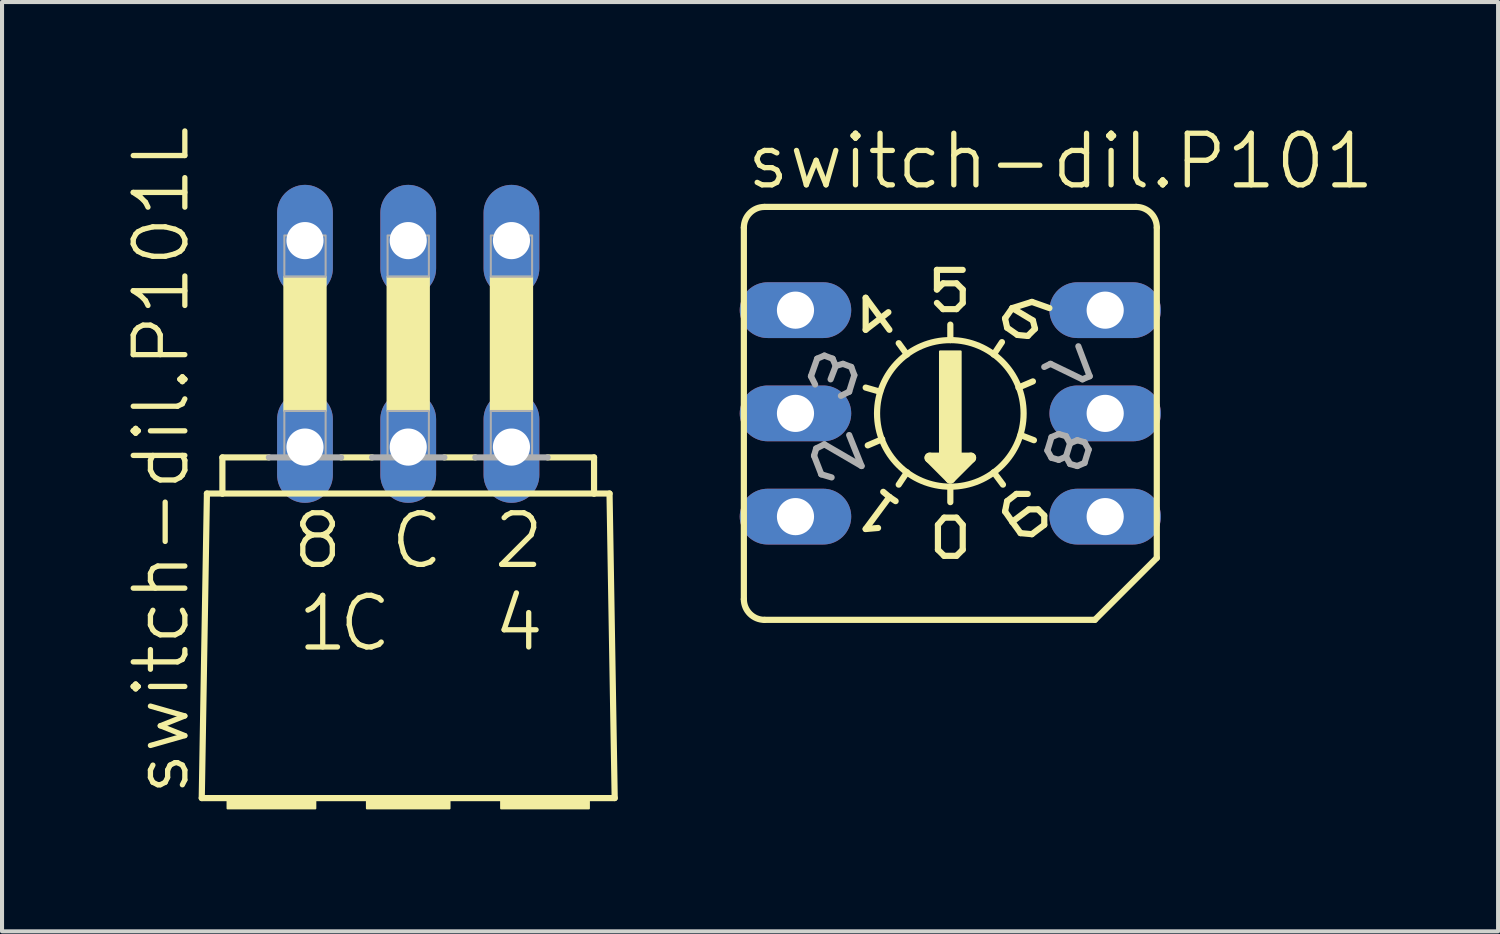
<source format=kicad_pcb>
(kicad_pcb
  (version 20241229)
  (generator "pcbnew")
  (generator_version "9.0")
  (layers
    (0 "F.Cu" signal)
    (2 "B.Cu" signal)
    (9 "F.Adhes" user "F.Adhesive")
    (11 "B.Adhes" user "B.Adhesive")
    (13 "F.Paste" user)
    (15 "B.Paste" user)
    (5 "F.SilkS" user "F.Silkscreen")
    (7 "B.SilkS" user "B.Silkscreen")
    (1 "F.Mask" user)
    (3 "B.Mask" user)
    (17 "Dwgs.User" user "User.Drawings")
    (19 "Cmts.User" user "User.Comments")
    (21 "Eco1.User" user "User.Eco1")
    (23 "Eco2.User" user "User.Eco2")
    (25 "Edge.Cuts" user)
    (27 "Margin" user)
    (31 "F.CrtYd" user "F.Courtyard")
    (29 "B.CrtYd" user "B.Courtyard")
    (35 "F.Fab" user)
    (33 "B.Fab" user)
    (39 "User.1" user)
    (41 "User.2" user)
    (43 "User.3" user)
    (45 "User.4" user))
  (footprint "switch-dil.P101"
    (layer "F.Cu")
    (at 20.332 7.121)
    (property "Reference" "switch-dil.P101" (at -5.08 -5.461 0) (layer "F.SilkS") (effects (font (size 1.27 1.27) (thickness 0.13)) (justify left bottom)))
    (attr through_hole)
    (fp_line (start -5.08 4.572) (end -5.08 -4.572) (stroke (width 0.152) (type default)) (layer "F.SilkS"))
    (fp_line (start -4.572 -5.08) (end 4.572 -5.08) (stroke (width 0.152) (type default)) (layer "F.SilkS"))
    (fp_line (start -4.572 5.08) (end 3.556 5.08) (stroke (width 0.152) (type default)) (layer "F.SilkS"))
    (fp_line (start -2.083 -2.845) (end -2.083 -2.057) (stroke (width 0.152) (type default)) (layer "F.SilkS"))
    (fp_line (start -2.083 -2.845) (end -1.499 -2.057) (stroke (width 0.152) (type default)) (layer "F.SilkS"))
    (fp_line (start -2.083 -2.057) (end -1.524 -2.489) (stroke (width 0.152) (type default)) (layer "F.SilkS"))
    (fp_line (start -2.083 2.845) (end -1.778 2.819) (stroke (width 0.152) (type default)) (layer "F.SilkS"))
    (fp_line (start -1.727 -0.533) (end -2.083 -0.635) (stroke (width 0.152) (type default)) (layer "F.SilkS"))
    (fp_line (start -1.676 0.635) (end -2.032 0.787) (stroke (width 0.152) (type default)) (layer "F.SilkS"))
    (fp_line (start -1.651 1.93) (end -1.499 2.057) (stroke (width 0.152) (type default)) (layer "F.SilkS"))
    (fp_line (start -1.499 2.057) (end -2.083 2.845) (stroke (width 0.152) (type default)) (layer "F.SilkS"))
    (fp_line (start -1.499 2.057) (end -1.346 2.159) (stroke (width 0.152) (type default)) (layer "F.SilkS"))
    (fp_line (start -1.067 -1.448) (end -1.27 -1.727) (stroke (width 0.152) (type default)) (layer "F.SilkS"))
    (fp_line (start -1.067 1.448) (end -1.27 1.753) (stroke (width 0.152) (type default)) (layer "F.SilkS"))
    (fp_line (start -0.508 1.092) (end 0 1.6) (stroke (width 0.254) (type default)) (layer "F.SilkS"))
    (fp_line (start -0.33 -3.048) (end -0.33 -3.531) (stroke (width 0.152) (type default)) (layer "F.SilkS"))
    (fp_line (start -0.33 -2.718) (end -0.178 -2.565) (stroke (width 0.152) (type default)) (layer "F.SilkS"))
    (fp_line (start -0.305 2.743) (end -0.305 3.353) (stroke (width 0.152) (type default)) (layer "F.SilkS"))
    (fp_line (start -0.305 3.353) (end -0.152 3.505) (stroke (width 0.152) (type default)) (layer "F.SilkS"))
    (fp_line (start -0.254 1.219) (end 0.254 1.219) (stroke (width 0.254) (type default)) (layer "F.SilkS"))
    (fp_line (start -0.178 -3.2) (end -0.33 -3.048) (stroke (width 0.152) (type default)) (layer "F.SilkS"))
    (fp_line (start -0.178 -2.565) (end 0.152 -2.565) (stroke (width 0.152) (type default)) (layer "F.SilkS"))
    (fp_line (start -0.152 2.565) (end -0.305 2.743) (stroke (width 0.152) (type default)) (layer "F.SilkS"))
    (fp_line (start -0.152 3.505) (end 0.152 3.505) (stroke (width 0.152) (type default)) (layer "F.SilkS"))
    (fp_line (start 0 -1.803) (end 0 -2.184) (stroke (width 0.152) (type default)) (layer "F.SilkS"))
    (fp_line (start 0 1.473) (end 0 1.346) (stroke (width 0.254) (type default)) (layer "F.SilkS"))
    (fp_line (start 0 1.6) (end 0.508 1.092) (stroke (width 0.254) (type default)) (layer "F.SilkS"))
    (fp_line (start 0 1.829) (end 0 2.184) (stroke (width 0.152) (type default)) (layer "F.SilkS"))
    (fp_line (start 0.152 -3.2) (end -0.178 -3.2) (stroke (width 0.152) (type default)) (layer "F.SilkS"))
    (fp_line (start 0.152 -2.565) (end 0.305 -2.718) (stroke (width 0.152) (type default)) (layer "F.SilkS"))
    (fp_line (start 0.152 2.565) (end -0.152 2.565) (stroke (width 0.152) (type default)) (layer "F.SilkS"))
    (fp_line (start 0.152 3.505) (end 0.305 3.353) (stroke (width 0.152) (type default)) (layer "F.SilkS"))
    (fp_line (start 0.305 -3.531) (end -0.33 -3.531) (stroke (width 0.152) (type default)) (layer "F.SilkS"))
    (fp_line (start 0.305 -3.048) (end 0.152 -3.2) (stroke (width 0.152) (type default)) (layer "F.SilkS"))
    (fp_line (start 0.305 -3.048) (end 0.305 -2.718) (stroke (width 0.152) (type default)) (layer "F.SilkS"))
    (fp_line (start 0.305 2.743) (end 0.152 2.565) (stroke (width 0.152) (type default)) (layer "F.SilkS"))
    (fp_line (start 0.305 3.353) (end 0.305 2.743) (stroke (width 0.152) (type default)) (layer "F.SilkS"))
    (fp_line (start 0.508 1.092) (end -0.508 1.092) (stroke (width 0.254) (type default)) (layer "F.SilkS"))
    (fp_line (start 1.067 -1.448) (end 1.27 -1.753) (stroke (width 0.152) (type default)) (layer "F.SilkS"))
    (fp_line (start 1.067 1.448) (end 1.295 1.753) (stroke (width 0.152) (type default)) (layer "F.SilkS"))
    (fp_line (start 1.346 -2.337) (end 1.524 -2.591) (stroke (width 0.152) (type default)) (layer "F.SilkS"))
    (fp_line (start 1.346 2.413) (end 1.524 2.667) (stroke (width 0.152) (type default)) (layer "F.SilkS"))
    (fp_line (start 1.397 -2.108) (end 1.346 -2.337) (stroke (width 0.152) (type default)) (layer "F.SilkS"))
    (fp_line (start 1.397 -2.108) (end 1.651 -1.93) (stroke (width 0.152) (type default)) (layer "F.SilkS"))
    (fp_line (start 1.397 2.159) (end 1.346 2.413) (stroke (width 0.152) (type default)) (layer "F.SilkS"))
    (fp_line (start 1.397 2.159) (end 1.626 1.981) (stroke (width 0.152) (type default)) (layer "F.SilkS"))
    (fp_line (start 1.524 -2.591) (end 2.007 -2.743) (stroke (width 0.152) (type default)) (layer "F.SilkS"))
    (fp_line (start 1.524 2.667) (end 1.727 2.946) (stroke (width 0.152) (type default)) (layer "F.SilkS"))
    (fp_line (start 1.626 1.981) (end 1.905 1.981) (stroke (width 0.152) (type default)) (layer "F.SilkS"))
    (fp_line (start 1.651 -1.93) (end 1.905 -1.905) (stroke (width 0.152) (type default)) (layer "F.SilkS"))
    (fp_line (start 1.676 -0.635) (end 2.032 -0.787) (stroke (width 0.152) (type default)) (layer "F.SilkS"))
    (fp_line (start 1.727 0.533) (end 2.057 0.66) (stroke (width 0.152) (type default)) (layer "F.SilkS"))
    (fp_line (start 1.727 2.946) (end 2.007 2.972) (stroke (width 0.152) (type default)) (layer "F.SilkS"))
    (fp_line (start 1.905 -1.905) (end 2.083 -2.083) (stroke (width 0.152) (type default)) (layer "F.SilkS"))
    (fp_line (start 1.93 2.362) (end 1.524 2.667) (stroke (width 0.152) (type default)) (layer "F.SilkS"))
    (fp_line (start 2.007 -2.743) (end 2.438 -2.591) (stroke (width 0.152) (type default)) (layer "F.SilkS"))
    (fp_line (start 2.007 2.972) (end 2.311 2.743) (stroke (width 0.152) (type default)) (layer "F.SilkS"))
    (fp_line (start 2.032 -2.286) (end 1.524 -2.591) (stroke (width 0.152) (type default)) (layer "F.SilkS"))
    (fp_line (start 2.083 -2.083) (end 2.032 -2.286) (stroke (width 0.152) (type default)) (layer "F.SilkS"))
    (fp_line (start 2.159 2.362) (end 1.93 2.362) (stroke (width 0.152) (type default)) (layer "F.SilkS"))
    (fp_line (start 2.311 2.515) (end 2.159 2.362) (stroke (width 0.152) (type default)) (layer "F.SilkS"))
    (fp_line (start 2.311 2.743) (end 2.311 2.515) (stroke (width 0.152) (type default)) (layer "F.SilkS"))
    (fp_line (start 5.08 3.556) (end 3.556 5.08) (stroke (width 0.152) (type default)) (layer "F.SilkS"))
    (fp_line (start 5.08 3.556) (end 5.08 -4.572) (stroke (width 0.152) (type default)) (layer "F.SilkS"))
    (fp_rect (start -0.254 1.016) (end 0.254 -1.524) (stroke (width 0.05) (type default)) (fill yes) (layer "F.SilkS"))
    (fp_arc (start -5.08 -4.572) (mid -4.93121 -4.93121) (end -4.572 -5.08) (stroke (width 0.1524) (type default)) (layer "F.SilkS"))
    (fp_arc (start -4.572 5.08) (mid -4.93121 4.93121) (end -5.08 4.572) (stroke (width 0.1524) (type default)) (layer "F.SilkS"))
    (fp_arc (start 4.572 -5.08) (mid 4.93121 -4.93121) (end 5.08 -4.572) (stroke (width 0.1524) (type default)) (layer "F.SilkS"))
    (fp_circle (center 0 0) (end 1.803 0) (stroke (width 0.152) (type default)) (fill no) (layer "F.SilkS"))
    (fp_line (start -3.429 -0.914) (end -3.327 -0.711) (stroke (width 0.152) (type default)) (layer "F.Fab"))
    (fp_line (start -3.353 1.041) (end -3.175 1.499) (stroke (width 0.152) (type default)) (layer "F.Fab"))
    (fp_line (start -3.302 0.864) (end -3.353 1.041) (stroke (width 0.152) (type default)) (layer "F.Fab"))
    (fp_line (start -3.277 -1.346) (end -3.429 -0.914) (stroke (width 0.152) (type default)) (layer "F.Fab"))
    (fp_line (start -3.175 1.499) (end -2.921 1.575) (stroke (width 0.152) (type default)) (layer "F.Fab"))
    (fp_line (start -3.099 -1.422) (end -3.277 -1.346) (stroke (width 0.152) (type default)) (layer "F.Fab"))
    (fp_line (start -3.099 0.762) (end -3.302 0.864) (stroke (width 0.152) (type default)) (layer "F.Fab"))
    (fp_line (start -2.896 -1.346) (end -3.099 -1.422) (stroke (width 0.152) (type default)) (layer "F.Fab"))
    (fp_line (start -2.819 -1.168) (end -2.946 -0.838) (stroke (width 0.152) (type default)) (layer "F.Fab"))
    (fp_line (start -2.819 -1.168) (end -2.896 -1.346) (stroke (width 0.152) (type default)) (layer "F.Fab"))
    (fp_line (start -2.642 -1.219) (end -2.819 -1.168) (stroke (width 0.152) (type default)) (layer "F.Fab"))
    (fp_line (start -2.489 -0.533) (end -2.692 -0.432) (stroke (width 0.152) (type default)) (layer "F.Fab"))
    (fp_line (start -2.489 -0.533) (end -2.362 -0.94) (stroke (width 0.152) (type default)) (layer "F.Fab"))
    (fp_line (start -2.489 0.533) (end -2.184 1.295) (stroke (width 0.152) (type default)) (layer "F.Fab"))
    (fp_line (start -2.438 -1.143) (end -2.642 -1.219) (stroke (width 0.152) (type default)) (layer "F.Fab"))
    (fp_line (start -2.362 -0.94) (end -2.438 -1.143) (stroke (width 0.152) (type default)) (layer "F.Fab"))
    (fp_line (start -2.184 1.295) (end -3.099 0.762) (stroke (width 0.152) (type default)) (layer "F.Fab"))
    (fp_line (start 2.388 0.914) (end 2.489 1.092) (stroke (width 0.152) (type default)) (layer "F.Fab"))
    (fp_line (start 2.464 -1.219) (end 2.311 -1.143) (stroke (width 0.152) (type default)) (layer "F.Fab"))
    (fp_line (start 2.489 0.584) (end 2.388 0.914) (stroke (width 0.152) (type default)) (layer "F.Fab"))
    (fp_line (start 2.489 1.092) (end 2.667 1.143) (stroke (width 0.152) (type default)) (layer "F.Fab"))
    (fp_line (start 2.667 0.508) (end 2.489 0.584) (stroke (width 0.152) (type default)) (layer "F.Fab"))
    (fp_line (start 2.667 1.143) (end 2.845 1.067) (stroke (width 0.152) (type default)) (layer "F.Fab"))
    (fp_line (start 2.845 0.559) (end 2.667 0.508) (stroke (width 0.152) (type default)) (layer "F.Fab"))
    (fp_line (start 2.845 1.067) (end 2.946 0.737) (stroke (width 0.152) (type default)) (layer "F.Fab"))
    (fp_line (start 2.845 1.067) (end 2.946 1.245) (stroke (width 0.152) (type default)) (layer "F.Fab"))
    (fp_line (start 2.946 0.737) (end 2.845 0.559) (stroke (width 0.152) (type default)) (layer "F.Fab"))
    (fp_line (start 2.946 1.245) (end 3.124 1.295) (stroke (width 0.152) (type default)) (layer "F.Fab"))
    (fp_line (start 3.124 0.66) (end 2.946 0.737) (stroke (width 0.152) (type default)) (layer "F.Fab"))
    (fp_line (start 3.124 1.295) (end 3.302 1.219) (stroke (width 0.152) (type default)) (layer "F.Fab"))
    (fp_line (start 3.15 -1.651) (end 3.429 -0.914) (stroke (width 0.152) (type default)) (layer "F.Fab"))
    (fp_line (start 3.251 -0.838) (end 2.464 -1.219) (stroke (width 0.152) (type default)) (layer "F.Fab"))
    (fp_line (start 3.302 0.711) (end 3.124 0.66) (stroke (width 0.152) (type default)) (layer "F.Fab"))
    (fp_line (start 3.302 1.219) (end 3.404 0.889) (stroke (width 0.152) (type default)) (layer "F.Fab"))
    (fp_line (start 3.404 0.889) (end 3.302 0.711) (stroke (width 0.152) (type default)) (layer "F.Fab"))
    (fp_line (start 3.429 -0.914) (end 3.251 -0.838) (stroke (width 0.152) (type default)) (layer "F.Fab"))
    (pad "1" thru_hole oval (at 3.81 2.54) (size 2.743 1.372) (drill 0.914) (layers "*.Cu" "*.Mask"))
    (pad "2" thru_hole oval (at -3.81 -2.54) (size 2.743 1.372) (drill 0.914) (layers "*.Cu" "*.Mask"))
    (pad "4" thru_hole oval (at 3.81 -2.54) (size 2.743 1.372) (drill 0.914) (layers "*.Cu" "*.Mask"))
    (pad "8" thru_hole oval (at -3.81 2.54) (size 2.743 1.372) (drill 0.914) (layers "*.Cu" "*.Mask"))
    (pad "C" thru_hole oval (at 3.81 0) (size 2.743 1.372) (drill 0.914) (layers "*.Cu" "*.Mask"))
    (pad "C1" thru_hole oval (at -3.81 0) (size 2.743 1.372) (drill 0.914) (layers "*.Cu" "*.Mask")))
  (footprint "switch-dil.P101L"
    (layer "F.Cu")
    (at 6.994 10.49)
    (property "Reference" "switch-dil.P101L" (at -5.334 6.096 90) (layer "F.SilkS") (effects (font (size 1.27 1.27) (thickness 0.13)) (justify left bottom)))
    (attr through_hole)
    (fp_line (start -4.953 -1.397) (end -5.08 6.096) (stroke (width 0.152) (type default)) (layer "F.SilkS"))
    (fp_line (start -4.572 -1.397) (end -4.953 -1.397) (stroke (width 0.152) (type default)) (layer "F.SilkS"))
    (fp_line (start -4.572 -1.397) (end -4.572 -2.286) (stroke (width 0.152) (type default)) (layer "F.SilkS"))
    (fp_line (start -3.429 -2.286) (end -4.572 -2.286) (stroke (width 0.152) (type default)) (layer "F.SilkS"))
    (fp_line (start -1.651 -2.286) (end -0.889 -2.286) (stroke (width 0.152) (type default)) (layer "F.SilkS"))
    (fp_line (start 0.889 -2.286) (end 1.651 -2.286) (stroke (width 0.152) (type default)) (layer "F.SilkS"))
    (fp_line (start 3.429 -2.286) (end 4.572 -2.286) (stroke (width 0.152) (type default)) (layer "F.SilkS"))
    (fp_line (start 4.572 -2.286) (end 4.572 -1.397) (stroke (width 0.152) (type default)) (layer "F.SilkS"))
    (fp_line (start 4.572 -1.397) (end -4.572 -1.397) (stroke (width 0.152) (type default)) (layer "F.SilkS"))
    (fp_line (start 4.953 -1.397) (end 4.572 -1.397) (stroke (width 0.152) (type default)) (layer "F.SilkS"))
    (fp_line (start 4.953 -1.397) (end 5.08 6.096) (stroke (width 0.152) (type default)) (layer "F.SilkS"))
    (fp_line (start 5.08 6.096) (end -5.08 6.096) (stroke (width 0.152) (type default)) (layer "F.SilkS"))
    (fp_rect (start -4.445 6.35) (end -2.286 6.096) (stroke (width 0.05) (type default)) (fill yes) (layer "F.SilkS"))
    (fp_rect (start -3.048 -3.429) (end -2.032 -6.731) (stroke (width 0.05) (type default)) (fill yes) (layer "F.SilkS"))
    (fp_rect (start -1.016 6.35) (end 1.016 6.096) (stroke (width 0.05) (type default)) (fill yes) (layer "F.SilkS"))
    (fp_rect (start -0.508 -3.429) (end 0.508 -6.731) (stroke (width 0.05) (type default)) (fill yes) (layer "F.SilkS"))
    (fp_rect (start 2.032 -3.429) (end 3.048 -6.731) (stroke (width 0.05) (type default)) (fill yes) (layer "F.SilkS"))
    (fp_rect (start 2.286 6.35) (end 4.445 6.096) (stroke (width 0.05) (type default)) (fill yes) (layer "F.SilkS"))
    (fp_line (start -1.651 -2.286) (end -3.429 -2.286) (stroke (width 0.152) (type default)) (layer "F.Fab"))
    (fp_line (start 0.889 -2.286) (end -0.889 -2.286) (stroke (width 0.152) (type default)) (layer "F.Fab"))
    (fp_line (start 3.429 -2.286) (end 1.651 -2.286) (stroke (width 0.152) (type default)) (layer "F.Fab"))
    (fp_rect (start -3.048 -6.731) (end -2.032 -7.747) (stroke (width 0.05) (type default)) (fill no) (layer "F.Fab"))
    (fp_rect (start -3.048 -2.286) (end -2.032 -3.429) (stroke (width 0.05) (type default)) (fill no) (layer "F.Fab"))
    (fp_rect (start -0.508 -6.731) (end 0.508 -7.747) (stroke (width 0.05) (type default)) (fill no) (layer "F.Fab"))
    (fp_rect (start -0.508 -2.286) (end 0.508 -3.429) (stroke (width 0.05) (type default)) (fill no) (layer "F.Fab"))
    (fp_rect (start 2.032 -6.731) (end 3.048 -7.747) (stroke (width 0.05) (type default)) (fill no) (layer "F.Fab"))
    (fp_rect (start 2.032 -2.286) (end 3.048 -3.429) (stroke (width 0.05) (type default)) (fill no) (layer "F.Fab"))
    (fp_text user "2" (at 2.032 0.508 0) (layer "F.SilkS") (effects (font (size 1.27 1.27) (thickness 0.13)) (justify left bottom)))
    (fp_text user "C" (at -0.508 0.508 0) (layer "F.SilkS") (effects (font (size 1.27 1.27) (thickness 0.13)) (justify left bottom)))
    (fp_text user "8" (at -2.921 0.508 0) (layer "F.SilkS") (effects (font (size 1.27 1.27) (thickness 0.13)) (justify left bottom)))
    (fp_text user "1" (at -2.794 2.54 0) (layer "F.SilkS") (effects (font (size 1.27 1.27) (thickness 0.13)) (justify left bottom)))
    (fp_text user "C " (at -1.778 2.54 0) (layer "F.SilkS") (effects (font (size 1.27 1.27) (thickness 0.13)) (justify left bottom)))
    (fp_text user "4" (at 2.032 2.54 0) (layer "F.SilkS") (effects (font (size 1.27 1.27) (thickness 0.13)) (justify left bottom)))
    (pad "1" thru_hole oval (at -2.54 -2.54 90) (size 2.743 1.372) (drill 0.914) (layers "*.Cu" "*.Mask"))
    (pad "2" thru_hole oval (at 2.54 -7.62 90) (size 2.743 1.372) (drill 0.914) (layers "*.Cu" "*.Mask"))
    (pad "4" thru_hole oval (at 2.54 -2.54 90) (size 2.743 1.372) (drill 0.914) (layers "*.Cu" "*.Mask"))
    (pad "8" thru_hole oval (at -2.54 -7.62 90) (size 2.743 1.372) (drill 0.914) (layers "*.Cu" "*.Mask"))
    (pad "C" thru_hole oval (at 0 -2.54 90) (size 2.743 1.372) (drill 0.914) (layers "*.Cu" "*.Mask"))
    (pad "C1" thru_hole oval (at 0 -7.62 90) (size 2.743 1.372) (drill 0.914) (layers "*.Cu" "*.Mask")))
  (gr_rect
    (start -3 -3)
    (end 33.809 19.865)
    (stroke (width 0.1) (type default))
    (fill no)
    (layer "Edge.Cuts")))
</source>
